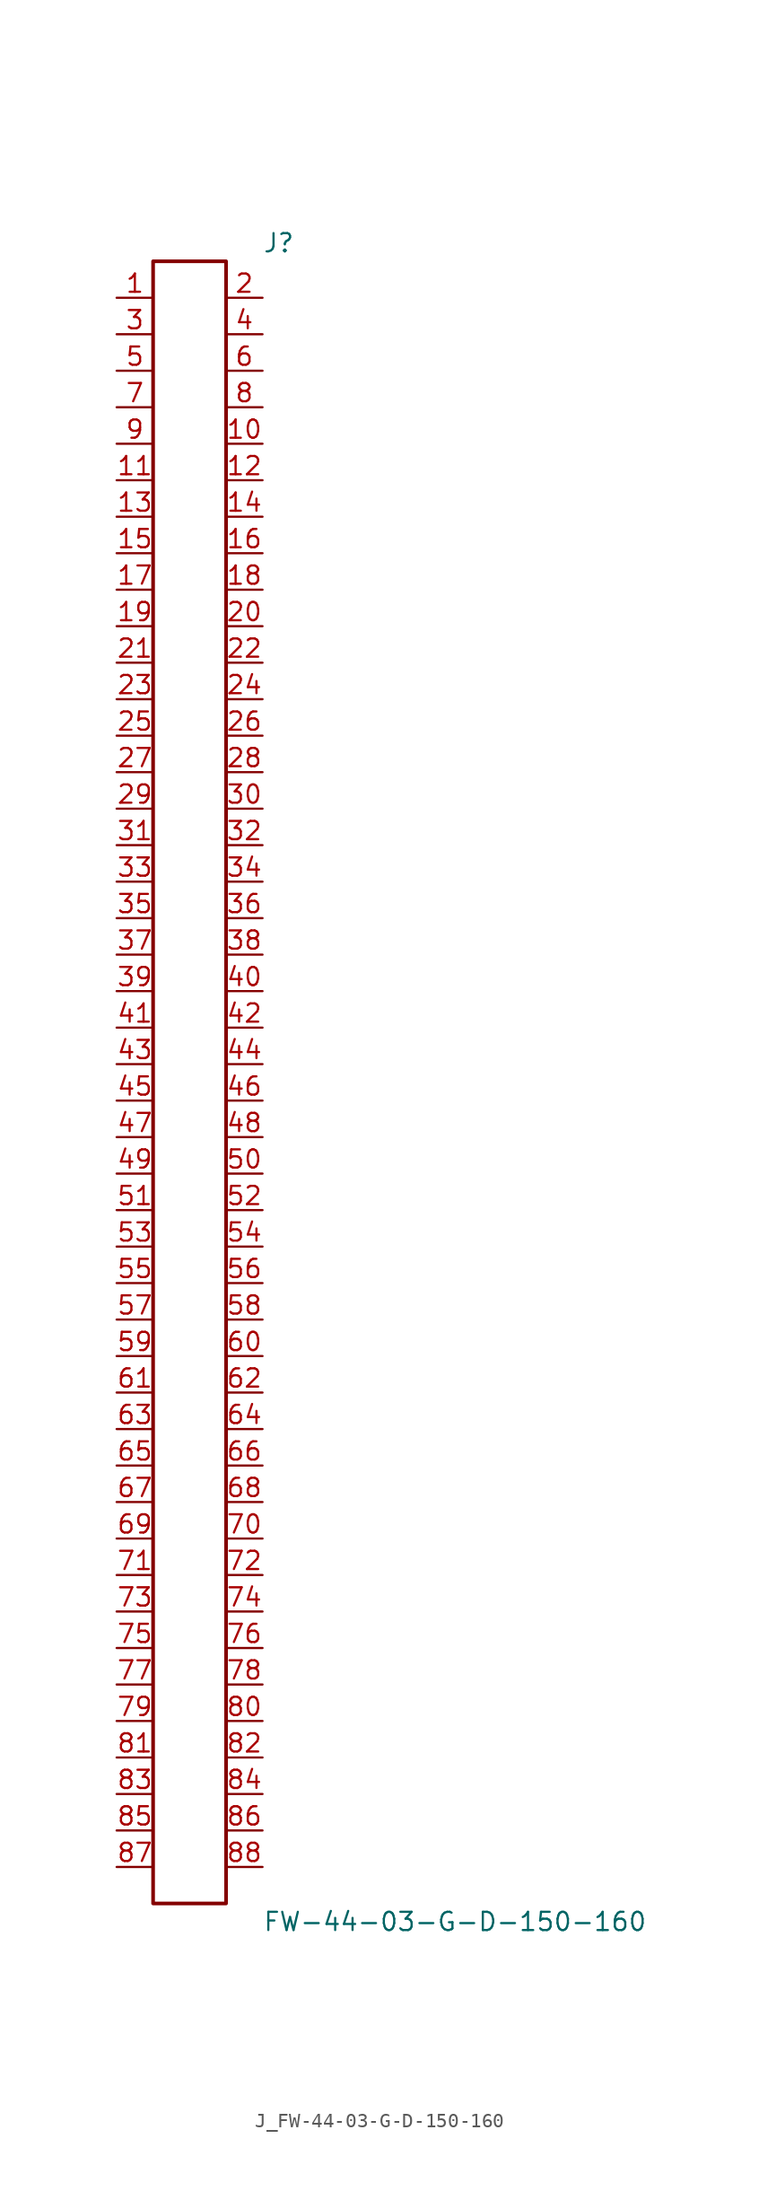
<source format=kicad_sym>
(kicad_symbol_lib
  (version 20231120)
  (generator kicad_symbol_editor)
  (generator_version 8.0)
  (symbol "J_FW-44-03-G-D-150-160"
    (pin_names
      (offset 0.254))
    (property "Reference" "J"
      (at 5.08 58.42 0)
      (effects (font (size 1.27 1.27)) (justify left)))
    (property "Value" "FW-44-03-G-D-150-160"
      (at 5.08 -58.42 0)
      (effects (font (size 1.27 1.27)) (justify left)))
    (symbol "J_FW-44-03-G-D-150-160_0_0"
      (pin passive line (at -5.08 54.61 0) (length 2.54) (name "" (effects (font (size 1.27 1.27)))) (number "1" (effects (font (size 1.27 1.27)))))
      (pin passive line (at 5.08 54.61 180) (length 2.54) (name "" (effects (font (size 1.27 1.27)))) (number "2" (effects (font (size 1.27 1.27)))))
      (pin passive line (at -5.08 52.07 0) (length 2.54) (name "" (effects (font (size 1.27 1.27)))) (number "3" (effects (font (size 1.27 1.27)))))
      (pin passive line (at 5.08 52.07 180) (length 2.54) (name "" (effects (font (size 1.27 1.27)))) (number "4" (effects (font (size 1.27 1.27)))))
      (pin passive line (at -5.08 49.53 0) (length 2.54) (name "" (effects (font (size 1.27 1.27)))) (number "5" (effects (font (size 1.27 1.27)))))
      (pin passive line (at 5.08 49.53 180) (length 2.54) (name "" (effects (font (size 1.27 1.27)))) (number "6" (effects (font (size 1.27 1.27)))))
      (pin passive line (at -5.08 46.99 0) (length 2.54) (name "" (effects (font (size 1.27 1.27)))) (number "7" (effects (font (size 1.27 1.27)))))
      (pin passive line (at 5.08 46.99 180) (length 2.54) (name "" (effects (font (size 1.27 1.27)))) (number "8" (effects (font (size 1.27 1.27)))))
      (pin passive line (at -5.08 44.45 0) (length 2.54) (name "" (effects (font (size 1.27 1.27)))) (number "9" (effects (font (size 1.27 1.27)))))
      (pin passive line (at 5.08 44.45 180) (length 2.54) (name "" (effects (font (size 1.27 1.27)))) (number "10" (effects (font (size 1.27 1.27)))))
      (pin passive line (at -5.08 41.91 0) (length 2.54) (name "" (effects (font (size 1.27 1.27)))) (number "11" (effects (font (size 1.27 1.27)))))
      (pin passive line (at 5.08 41.91 180) (length 2.54) (name "" (effects (font (size 1.27 1.27)))) (number "12" (effects (font (size 1.27 1.27)))))
      (pin passive line (at -5.08 39.37 0) (length 2.54) (name "" (effects (font (size 1.27 1.27)))) (number "13" (effects (font (size 1.27 1.27)))))
      (pin passive line (at 5.08 39.37 180) (length 2.54) (name "" (effects (font (size 1.27 1.27)))) (number "14" (effects (font (size 1.27 1.27)))))
      (pin passive line (at -5.08 36.83 0) (length 2.54) (name "" (effects (font (size 1.27 1.27)))) (number "15" (effects (font (size 1.27 1.27)))))
      (pin passive line (at 5.08 36.83 180) (length 2.54) (name "" (effects (font (size 1.27 1.27)))) (number "16" (effects (font (size 1.27 1.27)))))
      (pin passive line (at -5.08 34.29 0) (length 2.54) (name "" (effects (font (size 1.27 1.27)))) (number "17" (effects (font (size 1.27 1.27)))))
      (pin passive line (at 5.08 34.29 180) (length 2.54) (name "" (effects (font (size 1.27 1.27)))) (number "18" (effects (font (size 1.27 1.27)))))
      (pin passive line (at -5.08 31.75 0) (length 2.54) (name "" (effects (font (size 1.27 1.27)))) (number "19" (effects (font (size 1.27 1.27)))))
      (pin passive line (at 5.08 31.75 180) (length 2.54) (name "" (effects (font (size 1.27 1.27)))) (number "20" (effects (font (size 1.27 1.27)))))
      (pin passive line (at -5.08 29.21 0) (length 2.54) (name "" (effects (font (size 1.27 1.27)))) (number "21" (effects (font (size 1.27 1.27)))))
      (pin passive line (at 5.08 29.21 180) (length 2.54) (name "" (effects (font (size 1.27 1.27)))) (number "22" (effects (font (size 1.27 1.27)))))
      (pin passive line (at -5.08 26.67 0) (length 2.54) (name "" (effects (font (size 1.27 1.27)))) (number "23" (effects (font (size 1.27 1.27)))))
      (pin passive line (at 5.08 26.67 180) (length 2.54) (name "" (effects (font (size 1.27 1.27)))) (number "24" (effects (font (size 1.27 1.27)))))
      (pin passive line (at -5.08 24.13 0) (length 2.54) (name "" (effects (font (size 1.27 1.27)))) (number "25" (effects (font (size 1.27 1.27)))))
      (pin passive line (at 5.08 24.13 180) (length 2.54) (name "" (effects (font (size 1.27 1.27)))) (number "26" (effects (font (size 1.27 1.27)))))
      (pin passive line (at -5.08 21.59 0) (length 2.54) (name "" (effects (font (size 1.27 1.27)))) (number "27" (effects (font (size 1.27 1.27)))))
      (pin passive line (at 5.08 21.59 180) (length 2.54) (name "" (effects (font (size 1.27 1.27)))) (number "28" (effects (font (size 1.27 1.27)))))
      (pin passive line (at -5.08 19.05 0) (length 2.54) (name "" (effects (font (size 1.27 1.27)))) (number "29" (effects (font (size 1.27 1.27)))))
      (pin passive line (at 5.08 19.05 180) (length 2.54) (name "" (effects (font (size 1.27 1.27)))) (number "30" (effects (font (size 1.27 1.27)))))
      (pin passive line (at -5.08 16.51 0) (length 2.54) (name "" (effects (font (size 1.27 1.27)))) (number "31" (effects (font (size 1.27 1.27)))))
      (pin passive line (at 5.08 16.51 180) (length 2.54) (name "" (effects (font (size 1.27 1.27)))) (number "32" (effects (font (size 1.27 1.27)))))
      (pin passive line (at -5.08 13.97 0) (length 2.54) (name "" (effects (font (size 1.27 1.27)))) (number "33" (effects (font (size 1.27 1.27)))))
      (pin passive line (at 5.08 13.97 180) (length 2.54) (name "" (effects (font (size 1.27 1.27)))) (number "34" (effects (font (size 1.27 1.27)))))
      (pin passive line (at -5.08 11.43 0) (length 2.54) (name "" (effects (font (size 1.27 1.27)))) (number "35" (effects (font (size 1.27 1.27)))))
      (pin passive line (at 5.08 11.43 180) (length 2.54) (name "" (effects (font (size 1.27 1.27)))) (number "36" (effects (font (size 1.27 1.27)))))
      (pin passive line (at -5.08 8.89 0) (length 2.54) (name "" (effects (font (size 1.27 1.27)))) (number "37" (effects (font (size 1.27 1.27)))))
      (pin passive line (at 5.08 8.89 180) (length 2.54) (name "" (effects (font (size 1.27 1.27)))) (number "38" (effects (font (size 1.27 1.27)))))
      (pin passive line (at -5.08 6.35 0) (length 2.54) (name "" (effects (font (size 1.27 1.27)))) (number "39" (effects (font (size 1.27 1.27)))))
      (pin passive line (at 5.08 6.35 180) (length 2.54) (name "" (effects (font (size 1.27 1.27)))) (number "40" (effects (font (size 1.27 1.27)))))
      (pin passive line (at -5.08 3.81 0) (length 2.54) (name "" (effects (font (size 1.27 1.27)))) (number "41" (effects (font (size 1.27 1.27)))))
      (pin passive line (at 5.08 3.81 180) (length 2.54) (name "" (effects (font (size 1.27 1.27)))) (number "42" (effects (font (size 1.27 1.27)))))
      (pin passive line (at -5.08 1.27 0) (length 2.54) (name "" (effects (font (size 1.27 1.27)))) (number "43" (effects (font (size 1.27 1.27)))))
      (pin passive line (at 5.08 1.27 180) (length 2.54) (name "" (effects (font (size 1.27 1.27)))) (number "44" (effects (font (size 1.27 1.27)))))
      (pin passive line (at -5.08 -1.27 0) (length 2.54) (name "" (effects (font (size 1.27 1.27)))) (number "45" (effects (font (size 1.27 1.27)))))
      (pin passive line (at 5.08 -1.27 180) (length 2.54) (name "" (effects (font (size 1.27 1.27)))) (number "46" (effects (font (size 1.27 1.27)))))
      (pin passive line (at -5.08 -3.81 0) (length 2.54) (name "" (effects (font (size 1.27 1.27)))) (number "47" (effects (font (size 1.27 1.27)))))
      (pin passive line (at 5.08 -3.81 180) (length 2.54) (name "" (effects (font (size 1.27 1.27)))) (number "48" (effects (font (size 1.27 1.27)))))
      (pin passive line (at -5.08 -6.35 0) (length 2.54) (name "" (effects (font (size 1.27 1.27)))) (number "49" (effects (font (size 1.27 1.27)))))
      (pin passive line (at 5.08 -6.35 180) (length 2.54) (name "" (effects (font (size 1.27 1.27)))) (number "50" (effects (font (size 1.27 1.27)))))
      (pin passive line (at -5.08 -8.89 0) (length 2.54) (name "" (effects (font (size 1.27 1.27)))) (number "51" (effects (font (size 1.27 1.27)))))
      (pin passive line (at 5.08 -8.89 180) (length 2.54) (name "" (effects (font (size 1.27 1.27)))) (number "52" (effects (font (size 1.27 1.27)))))
      (pin passive line (at -5.08 -11.43 0) (length 2.54) (name "" (effects (font (size 1.27 1.27)))) (number "53" (effects (font (size 1.27 1.27)))))
      (pin passive line (at 5.08 -11.43 180) (length 2.54) (name "" (effects (font (size 1.27 1.27)))) (number "54" (effects (font (size 1.27 1.27)))))
      (pin passive line (at -5.08 -13.97 0) (length 2.54) (name "" (effects (font (size 1.27 1.27)))) (number "55" (effects (font (size 1.27 1.27)))))
      (pin passive line (at 5.08 -13.97 180) (length 2.54) (name "" (effects (font (size 1.27 1.27)))) (number "56" (effects (font (size 1.27 1.27)))))
      (pin passive line (at -5.08 -16.51 0) (length 2.54) (name "" (effects (font (size 1.27 1.27)))) (number "57" (effects (font (size 1.27 1.27)))))
      (pin passive line (at 5.08 -16.51 180) (length 2.54) (name "" (effects (font (size 1.27 1.27)))) (number "58" (effects (font (size 1.27 1.27)))))
      (pin passive line (at -5.08 -19.05 0) (length 2.54) (name "" (effects (font (size 1.27 1.27)))) (number "59" (effects (font (size 1.27 1.27)))))
      (pin passive line (at 5.08 -19.05 180) (length 2.54) (name "" (effects (font (size 1.27 1.27)))) (number "60" (effects (font (size 1.27 1.27)))))
      (pin passive line (at -5.08 -21.59 0) (length 2.54) (name "" (effects (font (size 1.27 1.27)))) (number "61" (effects (font (size 1.27 1.27)))))
      (pin passive line (at 5.08 -21.59 180) (length 2.54) (name "" (effects (font (size 1.27 1.27)))) (number "62" (effects (font (size 1.27 1.27)))))
      (pin passive line (at -5.08 -24.13 0) (length 2.54) (name "" (effects (font (size 1.27 1.27)))) (number "63" (effects (font (size 1.27 1.27)))))
      (pin passive line (at 5.08 -24.13 180) (length 2.54) (name "" (effects (font (size 1.27 1.27)))) (number "64" (effects (font (size 1.27 1.27)))))
      (pin passive line (at -5.08 -26.67 0) (length 2.54) (name "" (effects (font (size 1.27 1.27)))) (number "65" (effects (font (size 1.27 1.27)))))
      (pin passive line (at 5.08 -26.67 180) (length 2.54) (name "" (effects (font (size 1.27 1.27)))) (number "66" (effects (font (size 1.27 1.27)))))
      (pin passive line (at -5.08 -29.21 0) (length 2.54) (name "" (effects (font (size 1.27 1.27)))) (number "67" (effects (font (size 1.27 1.27)))))
      (pin passive line (at 5.08 -29.21 180) (length 2.54) (name "" (effects (font (size 1.27 1.27)))) (number "68" (effects (font (size 1.27 1.27)))))
      (pin passive line (at -5.08 -31.75 0) (length 2.54) (name "" (effects (font (size 1.27 1.27)))) (number "69" (effects (font (size 1.27 1.27)))))
      (pin passive line (at 5.08 -31.75 180) (length 2.54) (name "" (effects (font (size 1.27 1.27)))) (number "70" (effects (font (size 1.27 1.27)))))
      (pin passive line (at -5.08 -34.29 0) (length 2.54) (name "" (effects (font (size 1.27 1.27)))) (number "71" (effects (font (size 1.27 1.27)))))
      (pin passive line (at 5.08 -34.29 180) (length 2.54) (name "" (effects (font (size 1.27 1.27)))) (number "72" (effects (font (size 1.27 1.27)))))
      (pin passive line (at -5.08 -36.83 0) (length 2.54) (name "" (effects (font (size 1.27 1.27)))) (number "73" (effects (font (size 1.27 1.27)))))
      (pin passive line (at 5.08 -36.83 180) (length 2.54) (name "" (effects (font (size 1.27 1.27)))) (number "74" (effects (font (size 1.27 1.27)))))
      (pin passive line (at -5.08 -39.37 0) (length 2.54) (name "" (effects (font (size 1.27 1.27)))) (number "75" (effects (font (size 1.27 1.27)))))
      (pin passive line (at 5.08 -39.37 180) (length 2.54) (name "" (effects (font (size 1.27 1.27)))) (number "76" (effects (font (size 1.27 1.27)))))
      (pin passive line (at -5.08 -41.91 0) (length 2.54) (name "" (effects (font (size 1.27 1.27)))) (number "77" (effects (font (size 1.27 1.27)))))
      (pin passive line (at 5.08 -41.91 180) (length 2.54) (name "" (effects (font (size 1.27 1.27)))) (number "78" (effects (font (size 1.27 1.27)))))
      (pin passive line (at -5.08 -44.45 0) (length 2.54) (name "" (effects (font (size 1.27 1.27)))) (number "79" (effects (font (size 1.27 1.27)))))
      (pin passive line (at 5.08 -44.45 180) (length 2.54) (name "" (effects (font (size 1.27 1.27)))) (number "80" (effects (font (size 1.27 1.27)))))
      (pin passive line (at -5.08 -46.99 0) (length 2.54) (name "" (effects (font (size 1.27 1.27)))) (number "81" (effects (font (size 1.27 1.27)))))
      (pin passive line (at 5.08 -46.99 180) (length 2.54) (name "" (effects (font (size 1.27 1.27)))) (number "82" (effects (font (size 1.27 1.27)))))
      (pin passive line (at -5.08 -49.53 0) (length 2.54) (name "" (effects (font (size 1.27 1.27)))) (number "83" (effects (font (size 1.27 1.27)))))
      (pin passive line (at 5.08 -49.53 180) (length 2.54) (name "" (effects (font (size 1.27 1.27)))) (number "84" (effects (font (size 1.27 1.27)))))
      (pin passive line (at -5.08 -52.07 0) (length 2.54) (name "" (effects (font (size 1.27 1.27)))) (number "85" (effects (font (size 1.27 1.27)))))
      (pin passive line (at 5.08 -52.07 180) (length 2.54) (name "" (effects (font (size 1.27 1.27)))) (number "86" (effects (font (size 1.27 1.27)))))
      (pin passive line (at -5.08 -54.61 0) (length 2.54) (name "" (effects (font (size 1.27 1.27)))) (number "87" (effects (font (size 1.27 1.27)))))
      (pin passive line (at 5.08 -54.61 180) (length 2.54) (name "" (effects (font (size 1.27 1.27)))) (number "88" (effects (font (size 1.27 1.27))))))
    (symbol "J_FW-44-03-G-D-150-160_1_0"
      (rectangle (start -2.54 57.15) (end 2.54 -57.15) (stroke (width 0.254) (type solid)) (fill (type none))))))
</source>
